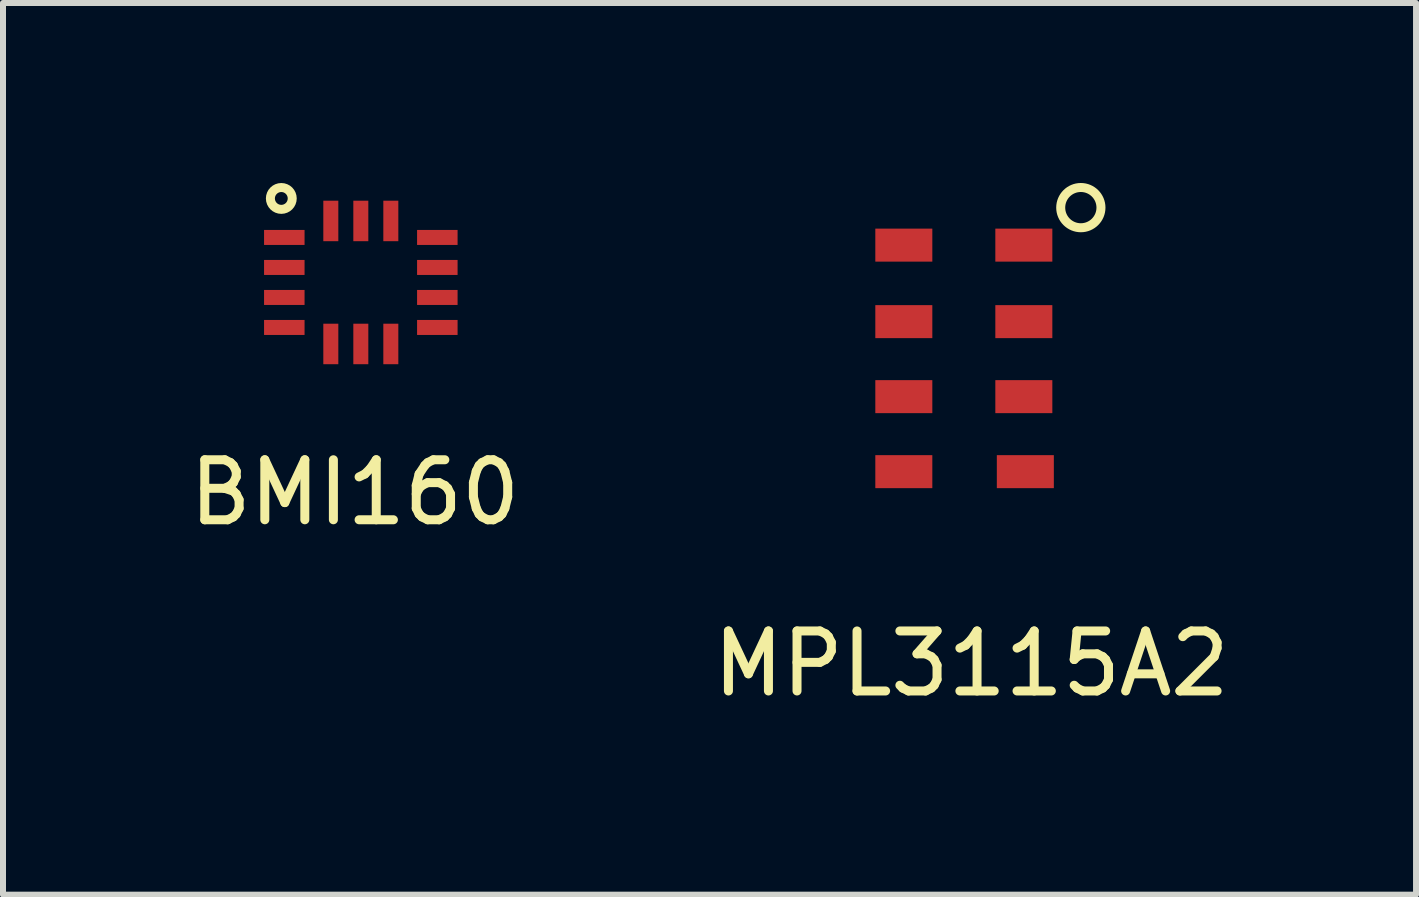
<source format=kicad_pcb>
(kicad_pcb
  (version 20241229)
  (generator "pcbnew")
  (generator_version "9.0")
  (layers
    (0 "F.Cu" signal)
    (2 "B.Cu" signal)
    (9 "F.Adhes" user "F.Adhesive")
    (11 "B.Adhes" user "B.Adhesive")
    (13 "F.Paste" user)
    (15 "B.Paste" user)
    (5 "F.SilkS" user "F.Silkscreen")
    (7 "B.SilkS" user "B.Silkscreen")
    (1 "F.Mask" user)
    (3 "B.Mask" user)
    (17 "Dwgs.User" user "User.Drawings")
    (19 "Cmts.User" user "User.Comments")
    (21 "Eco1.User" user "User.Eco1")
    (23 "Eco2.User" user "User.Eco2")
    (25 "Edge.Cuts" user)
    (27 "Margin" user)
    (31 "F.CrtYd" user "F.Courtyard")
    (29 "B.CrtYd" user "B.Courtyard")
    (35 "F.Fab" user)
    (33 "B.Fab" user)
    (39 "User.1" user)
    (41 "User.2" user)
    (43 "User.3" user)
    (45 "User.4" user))
  (footprint "MPL3115A2"
    (layer "F.Cu")
    (at 13.012 2.935)
    (property "Reference" "MPL3115A2" (at 0.125 5.075 0) (layer "F.SilkS") (effects (font (size 1 1) (thickness 0.15))))
    (attr through_hole)
    (fp_circle (center 1.95 -2.525) (end 2.25 -2.675) (stroke (width 0.15) (type solid)) (fill no) (layer "F.SilkS"))
    (pad "1" smd rect (at 1 -1.9) (size 0.95 0.55) (layers "F.Cu" "F.Mask" "F.Paste"))
    (pad "2" smd rect (at 1 -0.625) (size 0.95 0.55) (layers "F.Cu" "F.Mask" "F.Paste"))
    (pad "3" smd rect (at 1 0.625) (size 0.95 0.55) (layers "F.Cu" "F.Mask" "F.Paste"))
    (pad "4" smd rect (at 1.025 1.875) (size 0.95 0.55) (layers "F.Cu" "F.Mask" "F.Paste"))
    (pad "5" smd rect (at -1 1.875) (size 0.95 0.55) (layers "F.Cu" "F.Mask" "F.Paste"))
    (pad "6" smd rect (at -1 0.625) (size 0.95 0.55) (layers "F.Cu" "F.Mask" "F.Paste"))
    (pad "7" smd rect (at -1 -0.625) (size 0.95 0.55) (layers "F.Cu" "F.Mask" "F.Paste"))
    (pad "8" smd rect (at -1 -1.9) (size 0.95 0.55) (layers "F.Cu" "F.Mask" "F.Paste")))
  (footprint "BMI160"
    (layer "F.Cu")
    (at 2.963 1.657)
    (property "Reference" "BMI160" (at -0.1 3.5 0) (layer "F.SilkS") (effects (font (size 1 1) (thickness 0.15))))
    (attr through_hole)
    (fp_circle (center -1.325 -1.4) (end -1.275 -1.575) (stroke (width 0.15) (type solid)) (fill no) (layer "F.SilkS"))
    (pad "1" smd rect (at -1.275 -0.75) (size 0.675 0.25) (layers "F.Cu" "F.Mask" "F.Paste"))
    (pad "2" smd rect (at -1.275 -0.25) (size 0.675 0.25) (layers "F.Cu" "F.Mask" "F.Paste"))
    (pad "3" smd rect (at -1.275 0.25) (size 0.675 0.25) (layers "F.Cu" "F.Mask" "F.Paste"))
    (pad "4" smd rect (at -1.275 0.75) (size 0.675 0.25) (layers "F.Cu" "F.Mask" "F.Paste"))
    (pad "5" smd rect (at -0.5 1.025) (size 0.25 0.675) (layers "F.Cu" "F.Mask" "F.Paste"))
    (pad "6" smd rect (at 0 1.025) (size 0.25 0.675) (layers "F.Cu" "F.Mask" "F.Paste"))
    (pad "7" smd rect (at 0.5 1.025) (size 0.25 0.675) (layers "F.Cu" "F.Mask" "F.Paste"))
    (pad "8" smd rect (at 1.275 0.75) (size 0.675 0.25) (layers "F.Cu" "F.Mask"))
    (pad "9" smd rect (at 1.275 0.25) (size 0.675 0.25) (layers "F.Cu" "F.Mask"))
    (pad "10" smd rect (at 1.275 -0.25) (size 0.675 0.25) (layers "F.Cu" "F.Mask"))
    (pad "11" smd rect (at 1.275 -0.75) (size 0.675 0.25) (layers "F.Cu" "F.Mask"))
    (pad "12" smd rect (at 0.5 -1.025) (size 0.25 0.675) (layers "F.Cu" "F.Mask"))
    (pad "13" smd rect (at 0 -1.025) (size 0.25 0.675) (layers "F.Cu" "F.Mask"))
    (pad "14" smd rect (at -0.5 -1.025) (size 0.25 0.675) (layers "F.Cu" "F.Mask")))
  (gr_rect
    (start -3 -3)
    (end 20.548 11.859)
    (stroke (width 0.1) (type default))
    (fill no)
    (layer "Edge.Cuts")))
</source>
